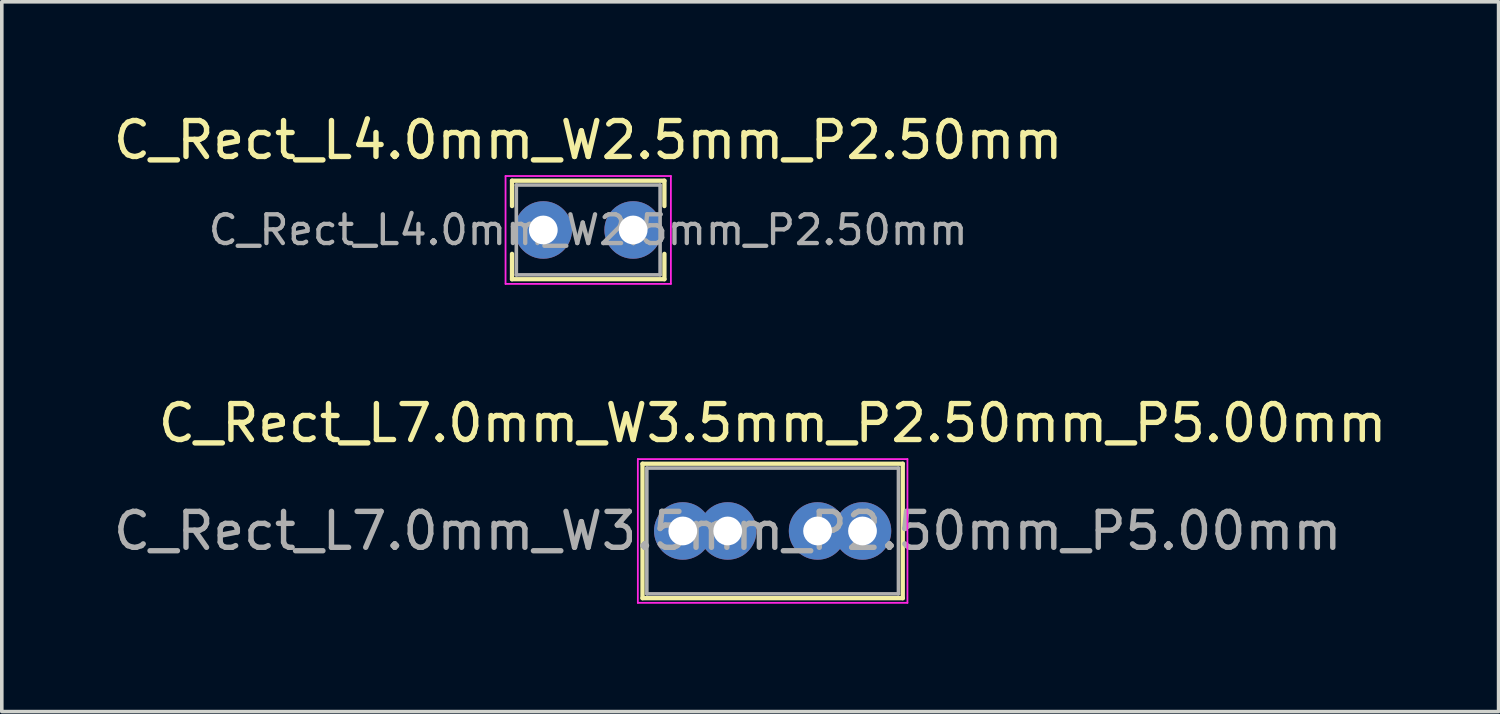
<source format=kicad_pcb>
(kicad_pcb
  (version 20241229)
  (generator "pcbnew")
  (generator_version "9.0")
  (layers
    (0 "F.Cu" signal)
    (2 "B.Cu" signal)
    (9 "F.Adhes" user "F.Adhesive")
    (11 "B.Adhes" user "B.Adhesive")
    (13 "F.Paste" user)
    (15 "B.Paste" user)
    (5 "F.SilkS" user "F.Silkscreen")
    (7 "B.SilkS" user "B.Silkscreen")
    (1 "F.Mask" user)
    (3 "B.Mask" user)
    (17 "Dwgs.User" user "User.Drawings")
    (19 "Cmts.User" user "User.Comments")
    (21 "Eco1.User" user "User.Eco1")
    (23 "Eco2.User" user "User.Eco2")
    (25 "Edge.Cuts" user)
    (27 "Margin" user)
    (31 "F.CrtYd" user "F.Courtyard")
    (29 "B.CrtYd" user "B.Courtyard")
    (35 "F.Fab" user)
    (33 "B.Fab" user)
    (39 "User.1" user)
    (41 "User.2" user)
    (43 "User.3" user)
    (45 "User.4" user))
  (footprint "C_Rect_L7.0mm_W3.5mm_P2.50mm_P5.00mm"
    (layer "F.Cu")
    (at 15.946 11.722)
    (property "Reference" "C_Rect_L7.0mm_W3.5mm_P2.50mm_P5.00mm" (at 2.5 -3 0) (layer "F.SilkS") (effects (font (size 1 1) (thickness 0.15))))
    (attr through_hole)
    (fp_line (start -1.12 -1.87) (end -1.12 1.87) (stroke (width 0.12) (type solid)) (layer "F.SilkS"))
    (fp_line (start -1.12 -1.87) (end 6.12 -1.87) (stroke (width 0.12) (type solid)) (layer "F.SilkS"))
    (fp_line (start -1.12 1.87) (end 6.12 1.87) (stroke (width 0.12) (type solid)) (layer "F.SilkS"))
    (fp_line (start 6.12 -1.87) (end 6.12 1.87) (stroke (width 0.12) (type solid)) (layer "F.SilkS"))
    (fp_line (start -1.25 -2) (end -1.25 2) (stroke (width 0.05) (type solid)) (layer "F.CrtYd"))
    (fp_line (start -1.25 2) (end 6.25 2) (stroke (width 0.05) (type solid)) (layer "F.CrtYd"))
    (fp_line (start 6.25 -2) (end -1.25 -2) (stroke (width 0.05) (type solid)) (layer "F.CrtYd"))
    (fp_line (start 6.25 2) (end 6.25 -2) (stroke (width 0.05) (type solid)) (layer "F.CrtYd"))
    (fp_line (start -1 -1.75) (end -1 1.75) (stroke (width 0.1) (type solid)) (layer "F.Fab"))
    (fp_line (start -1 1.75) (end 6 1.75) (stroke (width 0.1) (type solid)) (layer "F.Fab"))
    (fp_line (start 6 -1.75) (end -1 -1.75) (stroke (width 0.1) (type solid)) (layer "F.Fab"))
    (fp_line (start 6 1.75) (end 6 -1.75) (stroke (width 0.1) (type solid)) (layer "F.Fab"))
    (fp_text user "${REFERENCE}" (at 1.25 0 0) (layer "F.Fab") (effects (font (size 1 1) (thickness 0.15))))
    (pad "1" thru_hole circle (at 0 0) (size 1.6 1.6) (drill 0.8) (layers "*.Cu" "*.Mask"))
    (pad "1" thru_hole circle (at 1.25 0) (size 1.6 1.6) (drill 0.8) (layers "*.Cu" "*.Mask"))
    (pad "2" thru_hole circle (at 3.75 0) (size 1.6 1.6) (drill 0.8) (layers "*.Cu" "*.Mask"))
    (pad "2" thru_hole circle (at 5 0) (size 1.6 1.6) (drill 0.8) (layers "*.Cu" "*.Mask")))
  (footprint "C_Rect_L4.0mm_W2.5mm_P2.50mm"
    (layer "F.Cu")
    (at 12.065 3.348)
    (property "Reference" "C_Rect_L4.0mm_W2.5mm_P2.50mm" (at 1.25 -2.5 0) (layer "F.SilkS") (effects (font (size 1 1) (thickness 0.15))))
    (attr through_hole)
    (fp_line (start -0.87 -1.37) (end -0.87 -0.665) (stroke (width 0.12) (type solid)) (layer "F.SilkS"))
    (fp_line (start -0.87 -1.37) (end 3.37 -1.37) (stroke (width 0.12) (type solid)) (layer "F.SilkS"))
    (fp_line (start -0.87 0.665) (end -0.87 1.37) (stroke (width 0.12) (type solid)) (layer "F.SilkS"))
    (fp_line (start -0.87 1.37) (end 3.37 1.37) (stroke (width 0.12) (type solid)) (layer "F.SilkS"))
    (fp_line (start 3.37 -1.37) (end 3.37 -0.665) (stroke (width 0.12) (type solid)) (layer "F.SilkS"))
    (fp_line (start 3.37 0.665) (end 3.37 1.37) (stroke (width 0.12) (type solid)) (layer "F.SilkS"))
    (fp_line (start -1.05 -1.5) (end -1.05 1.5) (stroke (width 0.05) (type solid)) (layer "F.CrtYd"))
    (fp_line (start -1.05 1.5) (end 3.55 1.5) (stroke (width 0.05) (type solid)) (layer "F.CrtYd"))
    (fp_line (start 3.55 -1.5) (end -1.05 -1.5) (stroke (width 0.05) (type solid)) (layer "F.CrtYd"))
    (fp_line (start 3.55 1.5) (end 3.55 -1.5) (stroke (width 0.05) (type solid)) (layer "F.CrtYd"))
    (fp_line (start -0.75 -1.25) (end -0.75 1.25) (stroke (width 0.1) (type solid)) (layer "F.Fab"))
    (fp_line (start -0.75 1.25) (end 3.25 1.25) (stroke (width 0.1) (type solid)) (layer "F.Fab"))
    (fp_line (start 3.25 -1.25) (end -0.75 -1.25) (stroke (width 0.1) (type solid)) (layer "F.Fab"))
    (fp_line (start 3.25 1.25) (end 3.25 -1.25) (stroke (width 0.1) (type solid)) (layer "F.Fab"))
    (fp_text user "${REFERENCE}" (at 1.25 0 0) (layer "F.Fab") (effects (font (size 0.8 0.8) (thickness 0.12))))
    (pad "1" thru_hole circle (at 0 0) (size 1.6 1.6) (drill 0.8) (layers "*.Cu" "*.Mask"))
    (pad "2" thru_hole circle (at 2.5 0) (size 1.6 1.6) (drill 0.8) (layers "*.Cu" "*.Mask")))
  (gr_rect
    (start -3 -3)
    (end 38.643 16.747)
    (stroke (width 0.1) (type default))
    (fill no)
    (layer "Edge.Cuts")))
</source>
